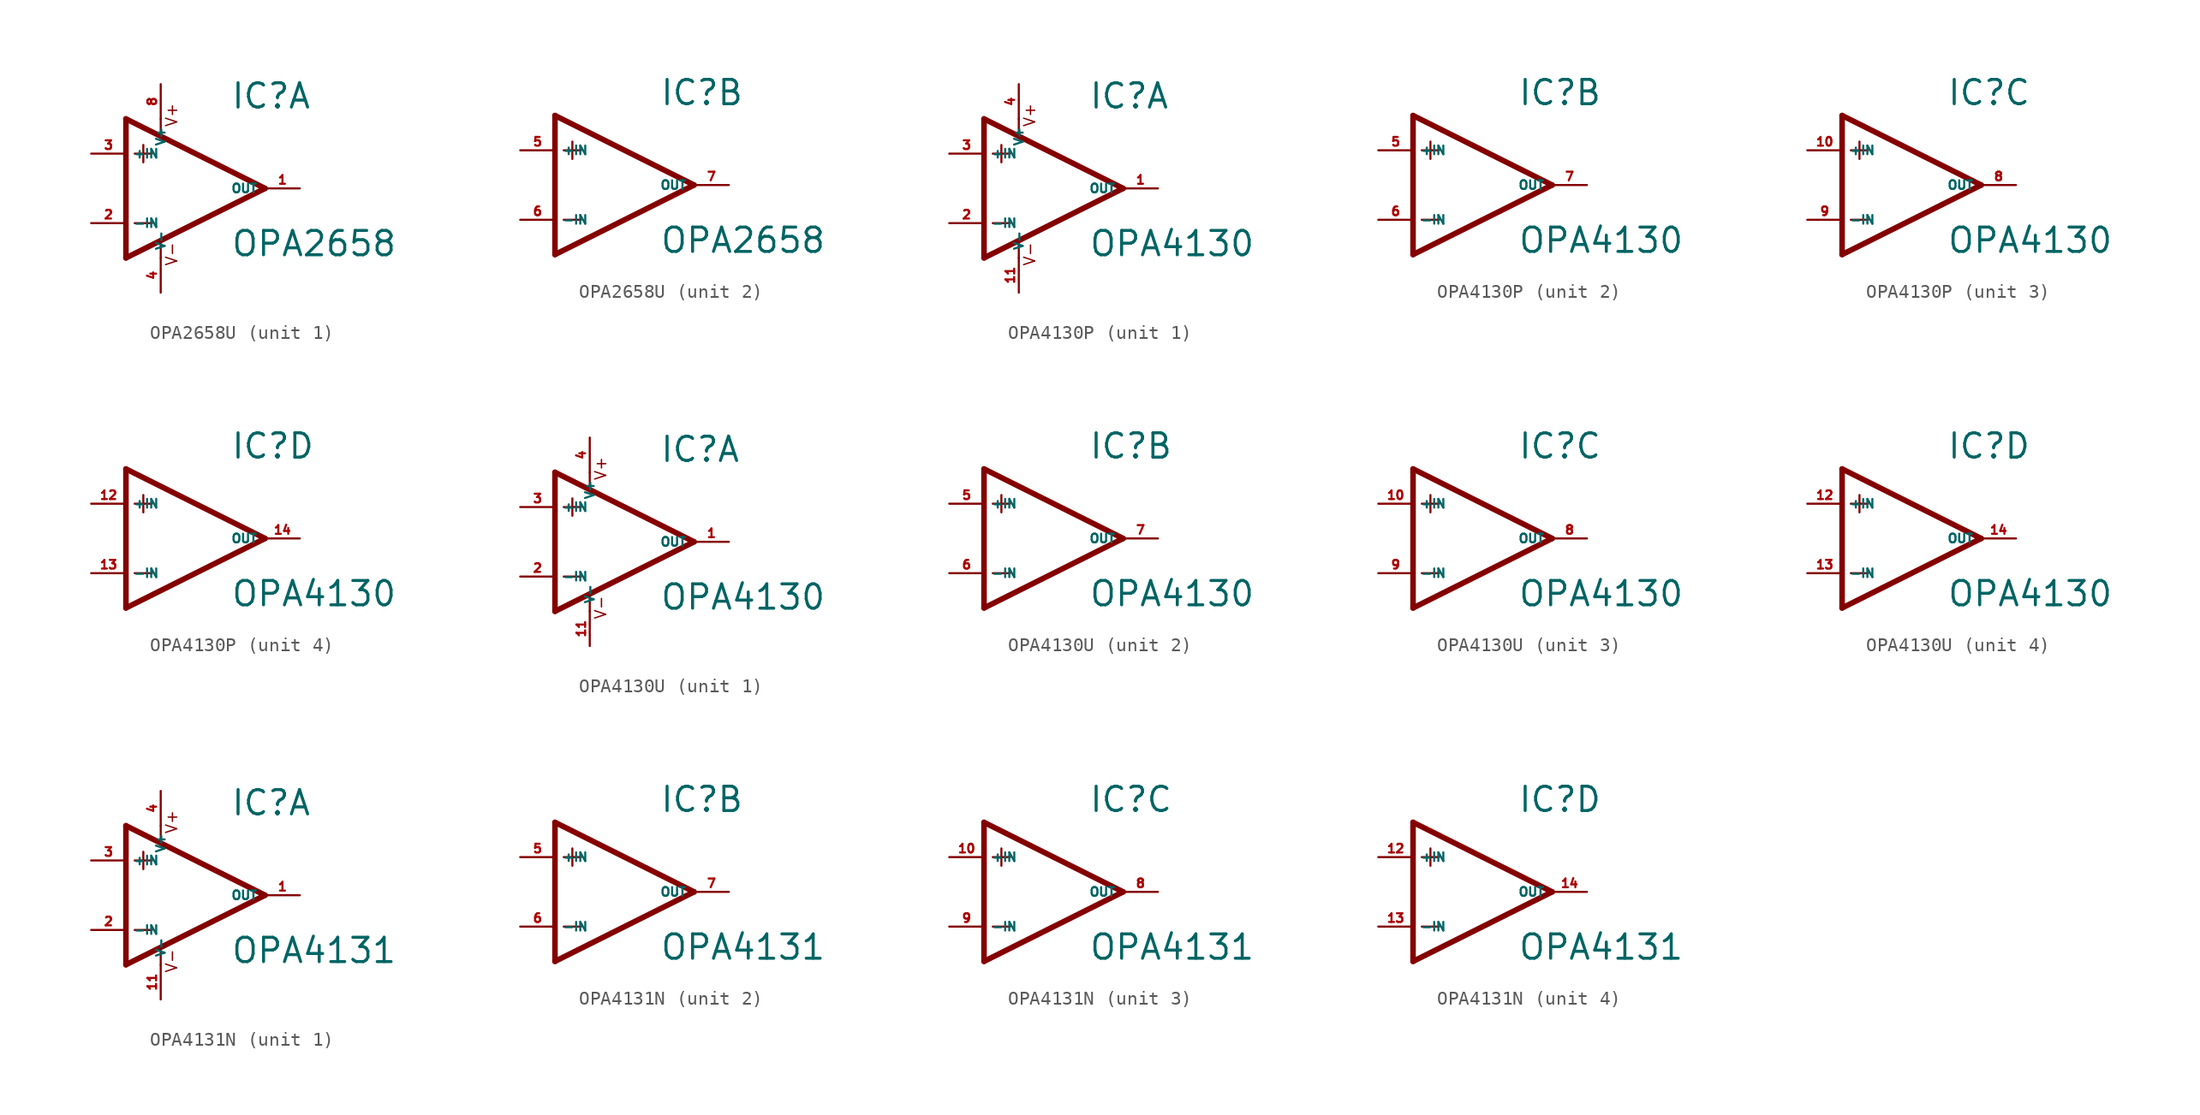
<source format=kicad_sym>
(kicad_symbol_lib
  (version 20220914)
  (generator Eagle2Kicad)
  (symbol "OPA2658U"
    (property "Reference" "IC"
      (at 2.54 5.715 0)
      (effects (font (size 1.778 1.778) (thickness 0.22)) (justify left bottom)))
    (property "Value" "OPA2658"
      (at 2.54 -5.08 0)
      (effects (font (size 1.778 1.778) (thickness 0.22)) (justify left bottom)))
    (symbol "OPA2658U_1_0"
      (polyline (pts (xy -3.81 3.175) (xy -3.81 1.905)) (stroke (width 0.152) (type default)) (fill (type none)))
      (polyline (pts (xy -4.445 2.54) (xy -3.175 2.54)) (stroke (width 0.152) (type default)) (fill (type none)))
      (polyline (pts (xy -4.445 -2.54) (xy -3.175 -2.54)) (stroke (width 0.152) (type default)) (fill (type none)))
      (polyline (pts (xy -2.54 5.08) (xy -2.54 3.886)) (stroke (width 0.152) (type default)) (fill (type none)))
      (polyline (pts (xy -2.54 -3.912) (xy -2.54 -5.08)) (stroke (width 0.152) (type default)) (fill (type none)))
      (polyline (pts (xy 5.08 0) (xy -5.08 5.08)) (stroke (width 0.406) (type default)) (fill (type none)))
      (polyline (pts (xy -5.08 5.08) (xy -5.08 -5.08)) (stroke (width 0.406) (type default)) (fill (type none)))
      (polyline (pts (xy -5.08 -5.08) (xy 5.08 0)) (stroke (width 0.406) (type default)) (fill (type none)))
      (text "V+" (at -1.27 4.445 900) (effects (font (size 0.813 0.813) (thickness 0.10)) (justify left bottom)))
      (text "V-" (at -1.27 -5.715 900) (effects (font (size 0.813 0.813) (thickness 0.10)) (justify left bottom)))
      (pin input line (at -7.62 -2.54 0) (length 2.54) (name "-IN" (effects (font (size 0.635 0.635) (thickness 0.08)) (justify left bottom))) (number "2" (effects (font (size 0.635 0.635) (thickness 0.08)) (justify left bottom))))
      (pin input line (at -7.62 2.54 0) (length 2.54) (name "+IN" (effects (font (size 0.635 0.635) (thickness 0.08)) (justify left bottom))) (number "3" (effects (font (size 0.635 0.635) (thickness 0.08)) (justify left bottom))))
      (pin output line (at 7.62 0 180) (length 2.54) (name "OUT" (effects (font (size 0.635 0.635) (thickness 0.08)) (justify left bottom))) (number "1" (effects (font (size 0.635 0.635) (thickness 0.08)) (justify left bottom))))
      (pin unspecified line (at -2.54 7.62 270) (length 2.54) (name "V+" (effects (font (size 0.635 0.635) (thickness 0.08)) (justify left bottom))) (number "8" (effects (font (size 0.635 0.635) (thickness 0.08)) (justify left bottom))))
      (pin unspecified line (at -2.54 -7.62 90) (length 2.54) (name "V-" (effects (font (size 0.635 0.635) (thickness 0.08)) (justify left bottom))) (number "4" (effects (font (size 0.635 0.635) (thickness 0.08)) (justify left bottom)))))
    (symbol "OPA2658U_2_0"
      (polyline (pts (xy -3.81 3.175) (xy -3.81 1.905)) (stroke (width 0.152) (type default)) (fill (type none)))
      (polyline (pts (xy -4.445 2.54) (xy -3.175 2.54)) (stroke (width 0.152) (type default)) (fill (type none)))
      (polyline (pts (xy -4.445 -2.54) (xy -3.175 -2.54)) (stroke (width 0.152) (type default)) (fill (type none)))
      (polyline (pts (xy 5.08 0) (xy -5.08 5.08)) (stroke (width 0.406) (type default)) (fill (type none)))
      (polyline (pts (xy -5.08 5.08) (xy -5.08 -5.08)) (stroke (width 0.406) (type default)) (fill (type none)))
      (polyline (pts (xy -5.08 -5.08) (xy 5.08 0)) (stroke (width 0.406) (type default)) (fill (type none)))
      (pin input line (at -7.62 -2.54 0) (length 2.54) (name "-IN" (effects (font (size 0.635 0.635) (thickness 0.08)) (justify left bottom))) (number "6" (effects (font (size 0.635 0.635) (thickness 0.08)) (justify left bottom))))
      (pin input line (at -7.62 2.54 0) (length 2.54) (name "+IN" (effects (font (size 0.635 0.635) (thickness 0.08)) (justify left bottom))) (number "5" (effects (font (size 0.635 0.635) (thickness 0.08)) (justify left bottom))))
      (pin output line (at 7.62 0 180) (length 2.54) (name "OUT" (effects (font (size 0.635 0.635) (thickness 0.08)) (justify left bottom))) (number "7" (effects (font (size 0.635 0.635) (thickness 0.08)) (justify left bottom))))))
  (symbol "OPA4130P"
    (property "Reference" "IC"
      (at 2.54 5.715 0)
      (effects (font (size 1.778 1.778) (thickness 0.22)) (justify left bottom)))
    (property "Value" "OPA4130"
      (at 2.54 -5.08 0)
      (effects (font (size 1.778 1.778) (thickness 0.22)) (justify left bottom)))
    (symbol "OPA4130P_1_0"
      (polyline (pts (xy -3.81 3.175) (xy -3.81 1.905)) (stroke (width 0.152) (type default)) (fill (type none)))
      (polyline (pts (xy -4.445 2.54) (xy -3.175 2.54)) (stroke (width 0.152) (type default)) (fill (type none)))
      (polyline (pts (xy -4.445 -2.54) (xy -3.175 -2.54)) (stroke (width 0.152) (type default)) (fill (type none)))
      (polyline (pts (xy -2.54 5.08) (xy -2.54 3.886)) (stroke (width 0.152) (type default)) (fill (type none)))
      (polyline (pts (xy -2.54 -3.912) (xy -2.54 -5.08)) (stroke (width 0.152) (type default)) (fill (type none)))
      (polyline (pts (xy 5.08 0) (xy -5.08 5.08)) (stroke (width 0.406) (type default)) (fill (type none)))
      (polyline (pts (xy -5.08 5.08) (xy -5.08 -5.08)) (stroke (width 0.406) (type default)) (fill (type none)))
      (polyline (pts (xy -5.08 -5.08) (xy 5.08 0)) (stroke (width 0.406) (type default)) (fill (type none)))
      (text "V+" (at -1.27 4.445 900) (effects (font (size 0.813 0.813) (thickness 0.10)) (justify left bottom)))
      (text "V-" (at -1.27 -5.715 900) (effects (font (size 0.813 0.813) (thickness 0.10)) (justify left bottom)))
      (pin input line (at -7.62 -2.54 0) (length 2.54) (name "-IN" (effects (font (size 0.635 0.635) (thickness 0.08)) (justify left bottom))) (number "2" (effects (font (size 0.635 0.635) (thickness 0.08)) (justify left bottom))))
      (pin input line (at -7.62 2.54 0) (length 2.54) (name "+IN" (effects (font (size 0.635 0.635) (thickness 0.08)) (justify left bottom))) (number "3" (effects (font (size 0.635 0.635) (thickness 0.08)) (justify left bottom))))
      (pin output line (at 7.62 0 180) (length 2.54) (name "OUT" (effects (font (size 0.635 0.635) (thickness 0.08)) (justify left bottom))) (number "1" (effects (font (size 0.635 0.635) (thickness 0.08)) (justify left bottom))))
      (pin unspecified line (at -2.54 7.62 270) (length 2.54) (name "V+" (effects (font (size 0.635 0.635) (thickness 0.08)) (justify left bottom))) (number "4" (effects (font (size 0.635 0.635) (thickness 0.08)) (justify left bottom))))
      (pin unspecified line (at -2.54 -7.62 90) (length 2.54) (name "V-" (effects (font (size 0.635 0.635) (thickness 0.08)) (justify left bottom))) (number "11" (effects (font (size 0.635 0.635) (thickness 0.08)) (justify left bottom)))))
    (symbol "OPA4130P_2_0"
      (polyline (pts (xy -3.81 3.175) (xy -3.81 1.905)) (stroke (width 0.152) (type default)) (fill (type none)))
      (polyline (pts (xy -4.445 2.54) (xy -3.175 2.54)) (stroke (width 0.152) (type default)) (fill (type none)))
      (polyline (pts (xy -4.445 -2.54) (xy -3.175 -2.54)) (stroke (width 0.152) (type default)) (fill (type none)))
      (polyline (pts (xy 5.08 0) (xy -5.08 5.08)) (stroke (width 0.406) (type default)) (fill (type none)))
      (polyline (pts (xy -5.08 5.08) (xy -5.08 -5.08)) (stroke (width 0.406) (type default)) (fill (type none)))
      (polyline (pts (xy -5.08 -5.08) (xy 5.08 0)) (stroke (width 0.406) (type default)) (fill (type none)))
      (pin input line (at -7.62 -2.54 0) (length 2.54) (name "-IN" (effects (font (size 0.635 0.635) (thickness 0.08)) (justify left bottom))) (number "6" (effects (font (size 0.635 0.635) (thickness 0.08)) (justify left bottom))))
      (pin input line (at -7.62 2.54 0) (length 2.54) (name "+IN" (effects (font (size 0.635 0.635) (thickness 0.08)) (justify left bottom))) (number "5" (effects (font (size 0.635 0.635) (thickness 0.08)) (justify left bottom))))
      (pin output line (at 7.62 0 180) (length 2.54) (name "OUT" (effects (font (size 0.635 0.635) (thickness 0.08)) (justify left bottom))) (number "7" (effects (font (size 0.635 0.635) (thickness 0.08)) (justify left bottom)))))
    (symbol "OPA4130P_3_0"
      (polyline (pts (xy -3.81 3.175) (xy -3.81 1.905)) (stroke (width 0.152) (type default)) (fill (type none)))
      (polyline (pts (xy -4.445 2.54) (xy -3.175 2.54)) (stroke (width 0.152) (type default)) (fill (type none)))
      (polyline (pts (xy -4.445 -2.54) (xy -3.175 -2.54)) (stroke (width 0.152) (type default)) (fill (type none)))
      (polyline (pts (xy 5.08 0) (xy -5.08 5.08)) (stroke (width 0.406) (type default)) (fill (type none)))
      (polyline (pts (xy -5.08 5.08) (xy -5.08 -5.08)) (stroke (width 0.406) (type default)) (fill (type none)))
      (polyline (pts (xy -5.08 -5.08) (xy 5.08 0)) (stroke (width 0.406) (type default)) (fill (type none)))
      (pin input line (at -7.62 -2.54 0) (length 2.54) (name "-IN" (effects (font (size 0.635 0.635) (thickness 0.08)) (justify left bottom))) (number "9" (effects (font (size 0.635 0.635) (thickness 0.08)) (justify left bottom))))
      (pin input line (at -7.62 2.54 0) (length 2.54) (name "+IN" (effects (font (size 0.635 0.635) (thickness 0.08)) (justify left bottom))) (number "10" (effects (font (size 0.635 0.635) (thickness 0.08)) (justify left bottom))))
      (pin output line (at 7.62 0 180) (length 2.54) (name "OUT" (effects (font (size 0.635 0.635) (thickness 0.08)) (justify left bottom))) (number "8" (effects (font (size 0.635 0.635) (thickness 0.08)) (justify left bottom)))))
    (symbol "OPA4130P_4_0"
      (polyline (pts (xy -3.81 3.175) (xy -3.81 1.905)) (stroke (width 0.152) (type default)) (fill (type none)))
      (polyline (pts (xy -4.445 2.54) (xy -3.175 2.54)) (stroke (width 0.152) (type default)) (fill (type none)))
      (polyline (pts (xy -4.445 -2.54) (xy -3.175 -2.54)) (stroke (width 0.152) (type default)) (fill (type none)))
      (polyline (pts (xy 5.08 0) (xy -5.08 5.08)) (stroke (width 0.406) (type default)) (fill (type none)))
      (polyline (pts (xy -5.08 5.08) (xy -5.08 -5.08)) (stroke (width 0.406) (type default)) (fill (type none)))
      (polyline (pts (xy -5.08 -5.08) (xy 5.08 0)) (stroke (width 0.406) (type default)) (fill (type none)))
      (pin input line (at -7.62 -2.54 0) (length 2.54) (name "-IN" (effects (font (size 0.635 0.635) (thickness 0.08)) (justify left bottom))) (number "13" (effects (font (size 0.635 0.635) (thickness 0.08)) (justify left bottom))))
      (pin input line (at -7.62 2.54 0) (length 2.54) (name "+IN" (effects (font (size 0.635 0.635) (thickness 0.08)) (justify left bottom))) (number "12" (effects (font (size 0.635 0.635) (thickness 0.08)) (justify left bottom))))
      (pin output line (at 7.62 0 180) (length 2.54) (name "OUT" (effects (font (size 0.635 0.635) (thickness 0.08)) (justify left bottom))) (number "14" (effects (font (size 0.635 0.635) (thickness 0.08)) (justify left bottom))))))
  (symbol "OPA4130U"
    (property "Reference" "IC"
      (at 2.54 5.715 0)
      (effects (font (size 1.778 1.778) (thickness 0.22)) (justify left bottom)))
    (property "Value" "OPA4130"
      (at 2.54 -5.08 0)
      (effects (font (size 1.778 1.778) (thickness 0.22)) (justify left bottom)))
    (symbol "OPA4130U_1_0"
      (polyline (pts (xy -3.81 3.175) (xy -3.81 1.905)) (stroke (width 0.152) (type default)) (fill (type none)))
      (polyline (pts (xy -4.445 2.54) (xy -3.175 2.54)) (stroke (width 0.152) (type default)) (fill (type none)))
      (polyline (pts (xy -4.445 -2.54) (xy -3.175 -2.54)) (stroke (width 0.152) (type default)) (fill (type none)))
      (polyline (pts (xy -2.54 5.08) (xy -2.54 3.886)) (stroke (width 0.152) (type default)) (fill (type none)))
      (polyline (pts (xy -2.54 -3.912) (xy -2.54 -5.08)) (stroke (width 0.152) (type default)) (fill (type none)))
      (polyline (pts (xy 5.08 0) (xy -5.08 5.08)) (stroke (width 0.406) (type default)) (fill (type none)))
      (polyline (pts (xy -5.08 5.08) (xy -5.08 -5.08)) (stroke (width 0.406) (type default)) (fill (type none)))
      (polyline (pts (xy -5.08 -5.08) (xy 5.08 0)) (stroke (width 0.406) (type default)) (fill (type none)))
      (text "V+" (at -1.27 4.445 900) (effects (font (size 0.813 0.813) (thickness 0.10)) (justify left bottom)))
      (text "V-" (at -1.27 -5.715 900) (effects (font (size 0.813 0.813) (thickness 0.10)) (justify left bottom)))
      (pin input line (at -7.62 -2.54 0) (length 2.54) (name "-IN" (effects (font (size 0.635 0.635) (thickness 0.08)) (justify left bottom))) (number "2" (effects (font (size 0.635 0.635) (thickness 0.08)) (justify left bottom))))
      (pin input line (at -7.62 2.54 0) (length 2.54) (name "+IN" (effects (font (size 0.635 0.635) (thickness 0.08)) (justify left bottom))) (number "3" (effects (font (size 0.635 0.635) (thickness 0.08)) (justify left bottom))))
      (pin output line (at 7.62 0 180) (length 2.54) (name "OUT" (effects (font (size 0.635 0.635) (thickness 0.08)) (justify left bottom))) (number "1" (effects (font (size 0.635 0.635) (thickness 0.08)) (justify left bottom))))
      (pin unspecified line (at -2.54 7.62 270) (length 2.54) (name "V+" (effects (font (size 0.635 0.635) (thickness 0.08)) (justify left bottom))) (number "4" (effects (font (size 0.635 0.635) (thickness 0.08)) (justify left bottom))))
      (pin unspecified line (at -2.54 -7.62 90) (length 2.54) (name "V-" (effects (font (size 0.635 0.635) (thickness 0.08)) (justify left bottom))) (number "11" (effects (font (size 0.635 0.635) (thickness 0.08)) (justify left bottom)))))
    (symbol "OPA4130U_2_0"
      (polyline (pts (xy -3.81 3.175) (xy -3.81 1.905)) (stroke (width 0.152) (type default)) (fill (type none)))
      (polyline (pts (xy -4.445 2.54) (xy -3.175 2.54)) (stroke (width 0.152) (type default)) (fill (type none)))
      (polyline (pts (xy -4.445 -2.54) (xy -3.175 -2.54)) (stroke (width 0.152) (type default)) (fill (type none)))
      (polyline (pts (xy 5.08 0) (xy -5.08 5.08)) (stroke (width 0.406) (type default)) (fill (type none)))
      (polyline (pts (xy -5.08 5.08) (xy -5.08 -5.08)) (stroke (width 0.406) (type default)) (fill (type none)))
      (polyline (pts (xy -5.08 -5.08) (xy 5.08 0)) (stroke (width 0.406) (type default)) (fill (type none)))
      (pin input line (at -7.62 -2.54 0) (length 2.54) (name "-IN" (effects (font (size 0.635 0.635) (thickness 0.08)) (justify left bottom))) (number "6" (effects (font (size 0.635 0.635) (thickness 0.08)) (justify left bottom))))
      (pin input line (at -7.62 2.54 0) (length 2.54) (name "+IN" (effects (font (size 0.635 0.635) (thickness 0.08)) (justify left bottom))) (number "5" (effects (font (size 0.635 0.635) (thickness 0.08)) (justify left bottom))))
      (pin output line (at 7.62 0 180) (length 2.54) (name "OUT" (effects (font (size 0.635 0.635) (thickness 0.08)) (justify left bottom))) (number "7" (effects (font (size 0.635 0.635) (thickness 0.08)) (justify left bottom)))))
    (symbol "OPA4130U_3_0"
      (polyline (pts (xy -3.81 3.175) (xy -3.81 1.905)) (stroke (width 0.152) (type default)) (fill (type none)))
      (polyline (pts (xy -4.445 2.54) (xy -3.175 2.54)) (stroke (width 0.152) (type default)) (fill (type none)))
      (polyline (pts (xy -4.445 -2.54) (xy -3.175 -2.54)) (stroke (width 0.152) (type default)) (fill (type none)))
      (polyline (pts (xy 5.08 0) (xy -5.08 5.08)) (stroke (width 0.406) (type default)) (fill (type none)))
      (polyline (pts (xy -5.08 5.08) (xy -5.08 -5.08)) (stroke (width 0.406) (type default)) (fill (type none)))
      (polyline (pts (xy -5.08 -5.08) (xy 5.08 0)) (stroke (width 0.406) (type default)) (fill (type none)))
      (pin input line (at -7.62 -2.54 0) (length 2.54) (name "-IN" (effects (font (size 0.635 0.635) (thickness 0.08)) (justify left bottom))) (number "9" (effects (font (size 0.635 0.635) (thickness 0.08)) (justify left bottom))))
      (pin input line (at -7.62 2.54 0) (length 2.54) (name "+IN" (effects (font (size 0.635 0.635) (thickness 0.08)) (justify left bottom))) (number "10" (effects (font (size 0.635 0.635) (thickness 0.08)) (justify left bottom))))
      (pin output line (at 7.62 0 180) (length 2.54) (name "OUT" (effects (font (size 0.635 0.635) (thickness 0.08)) (justify left bottom))) (number "8" (effects (font (size 0.635 0.635) (thickness 0.08)) (justify left bottom)))))
    (symbol "OPA4130U_4_0"
      (polyline (pts (xy -3.81 3.175) (xy -3.81 1.905)) (stroke (width 0.152) (type default)) (fill (type none)))
      (polyline (pts (xy -4.445 2.54) (xy -3.175 2.54)) (stroke (width 0.152) (type default)) (fill (type none)))
      (polyline (pts (xy -4.445 -2.54) (xy -3.175 -2.54)) (stroke (width 0.152) (type default)) (fill (type none)))
      (polyline (pts (xy 5.08 0) (xy -5.08 5.08)) (stroke (width 0.406) (type default)) (fill (type none)))
      (polyline (pts (xy -5.08 5.08) (xy -5.08 -5.08)) (stroke (width 0.406) (type default)) (fill (type none)))
      (polyline (pts (xy -5.08 -5.08) (xy 5.08 0)) (stroke (width 0.406) (type default)) (fill (type none)))
      (pin input line (at -7.62 -2.54 0) (length 2.54) (name "-IN" (effects (font (size 0.635 0.635) (thickness 0.08)) (justify left bottom))) (number "13" (effects (font (size 0.635 0.635) (thickness 0.08)) (justify left bottom))))
      (pin input line (at -7.62 2.54 0) (length 2.54) (name "+IN" (effects (font (size 0.635 0.635) (thickness 0.08)) (justify left bottom))) (number "12" (effects (font (size 0.635 0.635) (thickness 0.08)) (justify left bottom))))
      (pin output line (at 7.62 0 180) (length 2.54) (name "OUT" (effects (font (size 0.635 0.635) (thickness 0.08)) (justify left bottom))) (number "14" (effects (font (size 0.635 0.635) (thickness 0.08)) (justify left bottom))))))
  (symbol "OPA4131N"
    (property "Reference" "IC"
      (at 2.54 5.715 0)
      (effects (font (size 1.778 1.778) (thickness 0.22)) (justify left bottom)))
    (property "Value" "OPA4131"
      (at 2.54 -5.08 0)
      (effects (font (size 1.778 1.778) (thickness 0.22)) (justify left bottom)))
    (symbol "OPA4131N_1_0"
      (polyline (pts (xy -3.81 3.175) (xy -3.81 1.905)) (stroke (width 0.152) (type default)) (fill (type none)))
      (polyline (pts (xy -4.445 2.54) (xy -3.175 2.54)) (stroke (width 0.152) (type default)) (fill (type none)))
      (polyline (pts (xy -4.445 -2.54) (xy -3.175 -2.54)) (stroke (width 0.152) (type default)) (fill (type none)))
      (polyline (pts (xy -2.54 5.08) (xy -2.54 3.886)) (stroke (width 0.152) (type default)) (fill (type none)))
      (polyline (pts (xy -2.54 -3.912) (xy -2.54 -5.08)) (stroke (width 0.152) (type default)) (fill (type none)))
      (polyline (pts (xy 5.08 0) (xy -5.08 5.08)) (stroke (width 0.406) (type default)) (fill (type none)))
      (polyline (pts (xy -5.08 5.08) (xy -5.08 -5.08)) (stroke (width 0.406) (type default)) (fill (type none)))
      (polyline (pts (xy -5.08 -5.08) (xy 5.08 0)) (stroke (width 0.406) (type default)) (fill (type none)))
      (text "V+" (at -1.27 4.445 900) (effects (font (size 0.813 0.813) (thickness 0.10)) (justify left bottom)))
      (text "V-" (at -1.27 -5.715 900) (effects (font (size 0.813 0.813) (thickness 0.10)) (justify left bottom)))
      (pin input line (at -7.62 -2.54 0) (length 2.54) (name "-IN" (effects (font (size 0.635 0.635) (thickness 0.08)) (justify left bottom))) (number "2" (effects (font (size 0.635 0.635) (thickness 0.08)) (justify left bottom))))
      (pin input line (at -7.62 2.54 0) (length 2.54) (name "+IN" (effects (font (size 0.635 0.635) (thickness 0.08)) (justify left bottom))) (number "3" (effects (font (size 0.635 0.635) (thickness 0.08)) (justify left bottom))))
      (pin output line (at 7.62 0 180) (length 2.54) (name "OUT" (effects (font (size 0.635 0.635) (thickness 0.08)) (justify left bottom))) (number "1" (effects (font (size 0.635 0.635) (thickness 0.08)) (justify left bottom))))
      (pin unspecified line (at -2.54 7.62 270) (length 2.54) (name "V+" (effects (font (size 0.635 0.635) (thickness 0.08)) (justify left bottom))) (number "4" (effects (font (size 0.635 0.635) (thickness 0.08)) (justify left bottom))))
      (pin unspecified line (at -2.54 -7.62 90) (length 2.54) (name "V-" (effects (font (size 0.635 0.635) (thickness 0.08)) (justify left bottom))) (number "11" (effects (font (size 0.635 0.635) (thickness 0.08)) (justify left bottom)))))
    (symbol "OPA4131N_2_0"
      (polyline (pts (xy -3.81 3.175) (xy -3.81 1.905)) (stroke (width 0.152) (type default)) (fill (type none)))
      (polyline (pts (xy -4.445 2.54) (xy -3.175 2.54)) (stroke (width 0.152) (type default)) (fill (type none)))
      (polyline (pts (xy -4.445 -2.54) (xy -3.175 -2.54)) (stroke (width 0.152) (type default)) (fill (type none)))
      (polyline (pts (xy 5.08 0) (xy -5.08 5.08)) (stroke (width 0.406) (type default)) (fill (type none)))
      (polyline (pts (xy -5.08 5.08) (xy -5.08 -5.08)) (stroke (width 0.406) (type default)) (fill (type none)))
      (polyline (pts (xy -5.08 -5.08) (xy 5.08 0)) (stroke (width 0.406) (type default)) (fill (type none)))
      (pin input line (at -7.62 -2.54 0) (length 2.54) (name "-IN" (effects (font (size 0.635 0.635) (thickness 0.08)) (justify left bottom))) (number "6" (effects (font (size 0.635 0.635) (thickness 0.08)) (justify left bottom))))
      (pin input line (at -7.62 2.54 0) (length 2.54) (name "+IN" (effects (font (size 0.635 0.635) (thickness 0.08)) (justify left bottom))) (number "5" (effects (font (size 0.635 0.635) (thickness 0.08)) (justify left bottom))))
      (pin output line (at 7.62 0 180) (length 2.54) (name "OUT" (effects (font (size 0.635 0.635) (thickness 0.08)) (justify left bottom))) (number "7" (effects (font (size 0.635 0.635) (thickness 0.08)) (justify left bottom)))))
    (symbol "OPA4131N_3_0"
      (polyline (pts (xy -3.81 3.175) (xy -3.81 1.905)) (stroke (width 0.152) (type default)) (fill (type none)))
      (polyline (pts (xy -4.445 2.54) (xy -3.175 2.54)) (stroke (width 0.152) (type default)) (fill (type none)))
      (polyline (pts (xy -4.445 -2.54) (xy -3.175 -2.54)) (stroke (width 0.152) (type default)) (fill (type none)))
      (polyline (pts (xy 5.08 0) (xy -5.08 5.08)) (stroke (width 0.406) (type default)) (fill (type none)))
      (polyline (pts (xy -5.08 5.08) (xy -5.08 -5.08)) (stroke (width 0.406) (type default)) (fill (type none)))
      (polyline (pts (xy -5.08 -5.08) (xy 5.08 0)) (stroke (width 0.406) (type default)) (fill (type none)))
      (pin input line (at -7.62 -2.54 0) (length 2.54) (name "-IN" (effects (font (size 0.635 0.635) (thickness 0.08)) (justify left bottom))) (number "9" (effects (font (size 0.635 0.635) (thickness 0.08)) (justify left bottom))))
      (pin input line (at -7.62 2.54 0) (length 2.54) (name "+IN" (effects (font (size 0.635 0.635) (thickness 0.08)) (justify left bottom))) (number "10" (effects (font (size 0.635 0.635) (thickness 0.08)) (justify left bottom))))
      (pin output line (at 7.62 0 180) (length 2.54) (name "OUT" (effects (font (size 0.635 0.635) (thickness 0.08)) (justify left bottom))) (number "8" (effects (font (size 0.635 0.635) (thickness 0.08)) (justify left bottom)))))
    (symbol "OPA4131N_4_0"
      (polyline (pts (xy -3.81 3.175) (xy -3.81 1.905)) (stroke (width 0.152) (type default)) (fill (type none)))
      (polyline (pts (xy -4.445 2.54) (xy -3.175 2.54)) (stroke (width 0.152) (type default)) (fill (type none)))
      (polyline (pts (xy -4.445 -2.54) (xy -3.175 -2.54)) (stroke (width 0.152) (type default)) (fill (type none)))
      (polyline (pts (xy 5.08 0) (xy -5.08 5.08)) (stroke (width 0.406) (type default)) (fill (type none)))
      (polyline (pts (xy -5.08 5.08) (xy -5.08 -5.08)) (stroke (width 0.406) (type default)) (fill (type none)))
      (polyline (pts (xy -5.08 -5.08) (xy 5.08 0)) (stroke (width 0.406) (type default)) (fill (type none)))
      (pin input line (at -7.62 -2.54 0) (length 2.54) (name "-IN" (effects (font (size 0.635 0.635) (thickness 0.08)) (justify left bottom))) (number "13" (effects (font (size 0.635 0.635) (thickness 0.08)) (justify left bottom))))
      (pin input line (at -7.62 2.54 0) (length 2.54) (name "+IN" (effects (font (size 0.635 0.635) (thickness 0.08)) (justify left bottom))) (number "12" (effects (font (size 0.635 0.635) (thickness 0.08)) (justify left bottom))))
      (pin output line (at 7.62 0 180) (length 2.54) (name "OUT" (effects (font (size 0.635 0.635) (thickness 0.08)) (justify left bottom))) (number "14" (effects (font (size 0.635 0.635) (thickness 0.08)) (justify left bottom)))))))
</source>
